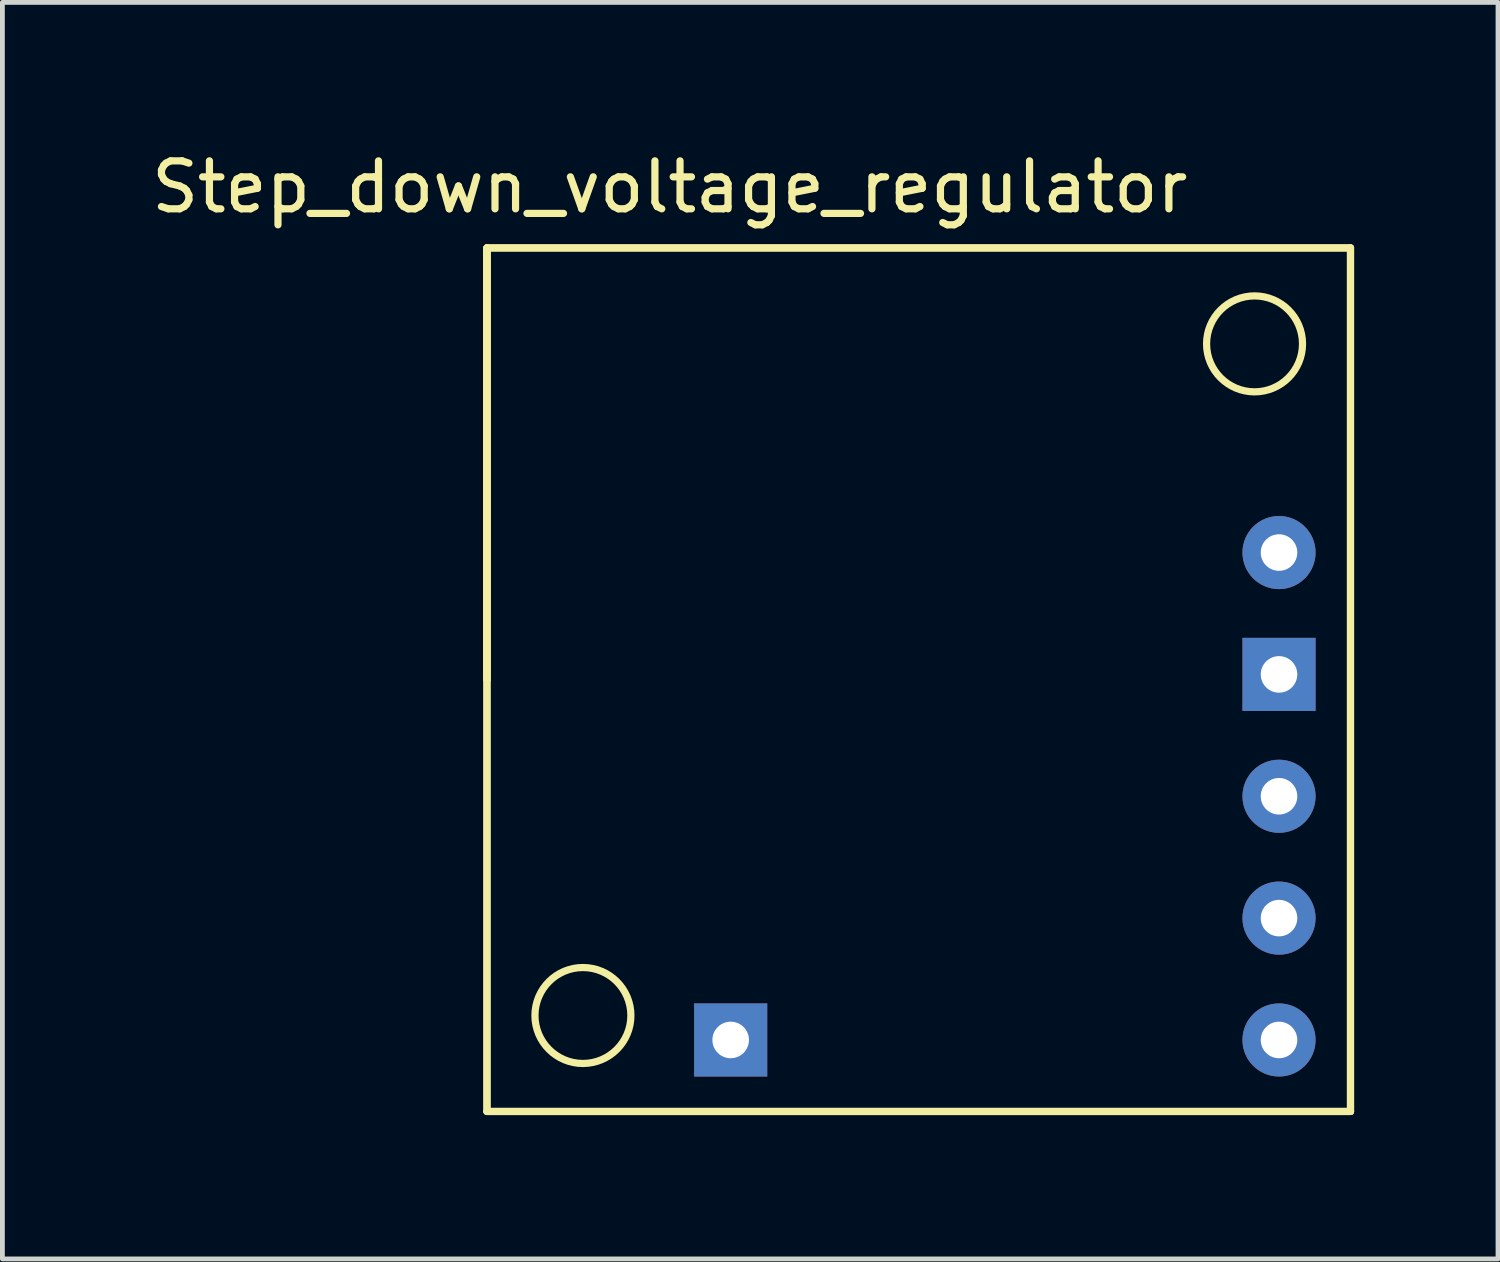
<source format=kicad_pcb>
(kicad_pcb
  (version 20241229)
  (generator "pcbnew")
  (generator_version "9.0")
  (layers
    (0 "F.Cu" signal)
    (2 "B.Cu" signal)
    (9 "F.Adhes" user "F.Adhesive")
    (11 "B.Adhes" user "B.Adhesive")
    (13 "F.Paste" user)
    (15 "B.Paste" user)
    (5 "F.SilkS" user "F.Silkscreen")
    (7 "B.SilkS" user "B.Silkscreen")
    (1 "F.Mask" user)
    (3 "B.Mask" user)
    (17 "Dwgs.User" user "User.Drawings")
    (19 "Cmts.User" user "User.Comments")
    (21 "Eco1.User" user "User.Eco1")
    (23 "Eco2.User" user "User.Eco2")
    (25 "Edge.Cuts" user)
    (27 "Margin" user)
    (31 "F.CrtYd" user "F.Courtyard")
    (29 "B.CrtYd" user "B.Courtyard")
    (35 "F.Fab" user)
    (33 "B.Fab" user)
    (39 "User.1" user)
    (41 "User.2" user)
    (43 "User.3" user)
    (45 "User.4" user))
  (footprint "Step_down_voltage_regulator"
    (layer "F.Cu")
    (at 16.101 11.118)
    (property "Reference" "Step_down_voltage_regulator" (at -5.19 -10.27 0) (layer "F.SilkS") (effects (font (size 1 1) (thickness 0.15))))
    (attr through_hole)
    (fp_line (start -9 -9) (end -9 0) (stroke (width 0.15) (type solid)) (layer "F.SilkS"))
    (fp_line (start -9 -9) (end -9 9) (stroke (width 0.15) (type solid)) (layer "F.SilkS"))
    (fp_line (start -9 -9) (end -9 9) (stroke (width 0.15) (type solid)) (layer "F.SilkS"))
    (fp_line (start -9 -9) (end 9 -9) (stroke (width 0.15) (type solid)) (layer "F.SilkS"))
    (fp_line (start -9 0) (end -9 -9) (stroke (width 0.15) (type solid)) (layer "F.SilkS"))
    (fp_line (start -9 9) (end 9 9) (stroke (width 0.15) (type solid)) (layer "F.SilkS"))
    (fp_line (start -9 9) (end 9 9) (stroke (width 0.15) (type solid)) (layer "F.SilkS"))
    (fp_line (start 9 -9) (end -9 -9) (stroke (width 0.15) (type solid)) (layer "F.SilkS"))
    (fp_line (start 9 9) (end 9 -9) (stroke (width 0.15) (type solid)) (layer "F.SilkS"))
    (fp_line (start 9 9) (end 9 -9) (stroke (width 0.15) (type solid)) (layer "F.SilkS"))
    (fp_circle (center -7 7) (end -7 6) (stroke (width 0.15) (type solid)) (fill no) (layer "F.SilkS"))
    (fp_circle (center 7 -7) (end 6 -7) (stroke (width 0.15) (type solid)) (fill no) (layer "F.SilkS"))
    (pad "1" thru_hole circle (at 7.51 -2.65) (size 1.524 1.524) (drill 0.762) (layers "*.Cu" "*.Mask"))
    (pad "2" thru_hole rect (at -3.92 7.51) (size 1.524 1.524) (drill 0.762) (layers "*.Cu" "*.Mask"))
    (pad "2" thru_hole rect (at 7.51 -0.11) (size 1.524 1.524) (drill 0.762) (layers "*.Cu" "*.Mask"))
    (pad "3" thru_hole circle (at 7.51 2.43) (size 1.524 1.524) (drill 0.762) (layers "*.Cu" "*.Mask"))
    (pad "4" thru_hole circle (at 7.51 4.97) (size 1.524 1.524) (drill 0.762) (layers "*.Cu" "*.Mask"))
    (pad "5" thru_hole circle (at 7.51 7.51) (size 1.524 1.524) (drill 0.762) (layers "*.Cu" "*.Mask")))
  (gr_rect
    (start -3 -3)
    (end 28.176 23.193)
    (stroke (width 0.1) (type default))
    (fill no)
    (layer "Edge.Cuts")))
</source>
